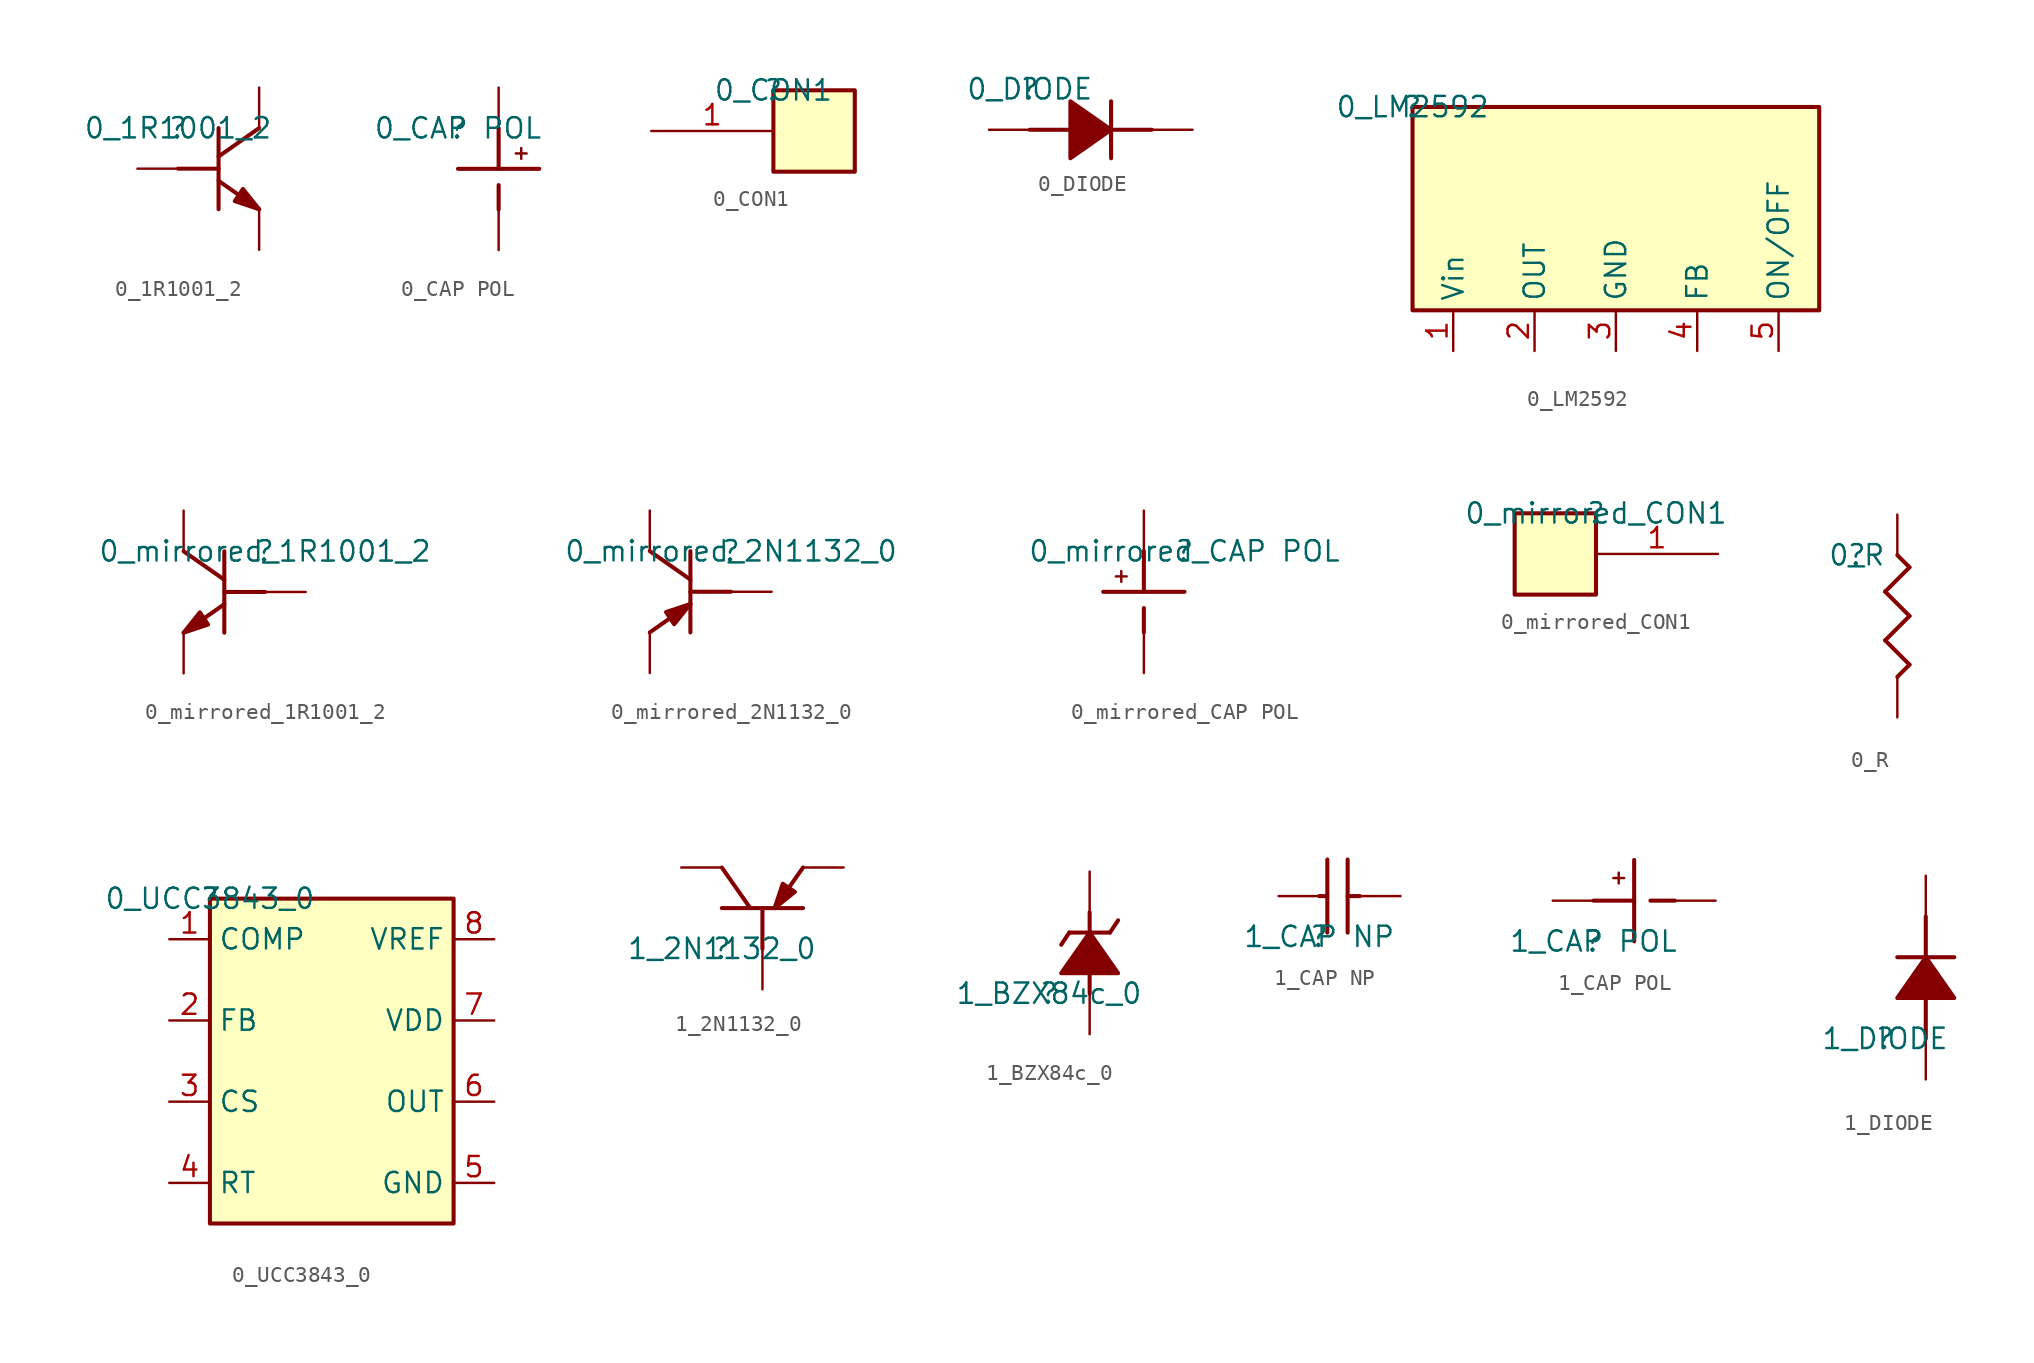
<source format=kicad_sym>
(kicad_symbol_lib
  (version 20211014)
  (generator kicad_symbol_editor)
  (symbol "0_1R1001_2"
    (property "Reference" ""
      (at 0 0 0)
      (effects (font (size 1.27 1.27))))
    (property "Value" "0_1R1001_2"
      (at 0 0 0)
      (effects (font (size 1.27 1.27))))
    (symbol "0_1R1001_2_1_0"
      (polyline (pts (xy 2.54 -3.302) (xy 5.08 -5.08)) (stroke (width 0.254) (type default) (color 0 0 0 0)) (fill (type none)))
      (polyline (pts (xy 2.54 -2.54) (xy 0 -2.54)) (stroke (width 0.254) (type default) (color 0 0 0 0)) (fill (type none)))
      (polyline (pts (xy 2.54 0) (xy 2.54 -5.08)) (stroke (width 0.254) (type default) (color 0 0 0 0)) (fill (type none)))
      (polyline (pts (xy 5.08 0) (xy 2.54 -1.778)) (stroke (width 0.254) (type default) (color 0 0 0 0)) (fill (type none)))
      (polyline (pts (xy 5.08 -5.08) (xy 4.064 -3.81) (xy 3.556 -4.572) (xy 5.08 -5.08) (xy 5.08 -5.08)) (stroke (width 0.254) (type default) (color 0 0 0 0)) (fill (type outline)))
      (pin passive line (at -2.54 -2.54 0) (length 2.54) (name "B" (effects (font (size 0 0)))) (number "1" (effects (font (size 0 0)))))
      (pin passive line (at 5.08 -7.62 90) (length 2.54) (name "E" (effects (font (size 0 0)))) (number "2" (effects (font (size 0 0)))))
      (pin passive line (at 5.08 2.54 270) (length 2.54) (name "C" (effects (font (size 0 0)))) (number "3" (effects (font (size 0 0)))))))
  (symbol "0_CAP POL"
    (property "Reference" ""
      (at 0 0 0)
      (effects (font (size 1.27 1.27))))
    (property "Value" "0_CAP POL"
      (at 0 0 0)
      (effects (font (size 1.27 1.27))))
    (symbol "0_CAP POL_1_0"
      (polyline (pts (xy 0 -2.54) (xy 5.08 -2.54)) (stroke (width 0.254) (type default) (color 0 0 0 0)) (fill (type none)))
      (polyline (pts (xy 2.54 -3.556) (xy 2.54 -5.08)) (stroke (width 0.254) (type default) (color 0 0 0 0)) (fill (type none)))
      (polyline (pts (xy 2.54 0) (xy 2.54 -2.54)) (stroke (width 0.254) (type default) (color 0 0 0 0)) (fill (type none)))
      (text "+" (at 3.302 -2.032 0) (effects (font (size 0.889 0.889)) (justify left bottom)))
      (pin passive line (at 2.54 2.54 270) (length 2.54) (name "1" (effects (font (size 0 0)))) (number "1" (effects (font (size 0 0)))))
      (pin passive line (at 2.54 -7.62 90) (length 2.54) (name "2" (effects (font (size 0 0)))) (number "2" (effects (font (size 0 0)))))))
  (symbol "0_CON1"
    (property "Reference" ""
      (at 0 0 0)
      (effects (font (size 1.27 1.27))))
    (property "Value" "0_CON1"
      (at 0 0 0)
      (effects (font (size 1.27 1.27))))
    (symbol "0_CON1_1_0"
      (rectangle (start 5.08 0) (end 0 -5.08) (stroke (width 0.254) (type default) (color 0 0 0 0)) (fill (type background)))
      (pin passive line (at -7.62 -2.54 0) (length 7.62) (name "1" (effects (font (size 0 0)))) (number "1" (effects (font (size 1.27 1.27)))))))
  (symbol "0_DIODE"
    (property "Reference" ""
      (at 0 0 0)
      (effects (font (size 1.27 1.27))))
    (property "Value" "0_DIODE"
      (at 0 0 0)
      (effects (font (size 1.27 1.27))))
    (symbol "0_DIODE_1_0"
      (polyline (pts (xy 0 -2.54) (xy 2.54 -2.54)) (stroke (width 0.254) (type default) (color 0 0 0 0)) (fill (type none)))
      (polyline (pts (xy 5.08 -2.54) (xy 7.62 -2.54)) (stroke (width 0.254) (type default) (color 0 0 0 0)) (fill (type none)))
      (polyline (pts (xy 5.08 -0.762) (xy 5.08 -4.318)) (stroke (width 0.254) (type default) (color 0 0 0 0)) (fill (type none)))
      (polyline (pts (xy 5.08 -2.54) (xy 5.08 -2.54) (xy 2.54 -4.318) (xy 2.54 -0.762) (xy 5.08 -2.54) (xy 5.08 -2.54)) (stroke (width 0.254) (type default) (color 0 0 0 0)) (fill (type outline)))
      (pin passive line (at -2.54 -2.54 0) (length 2.54) (name "A" (effects (font (size 0 0)))) (number "1" (effects (font (size 0 0)))))
      (pin passive line (at 10.16 -2.54 180) (length 2.54) (name "K" (effects (font (size 0 0)))) (number "2" (effects (font (size 0 0)))))))
  (symbol "0_LM2592"
    (property "Reference" ""
      (at 0 0 0)
      (effects (font (size 1.27 1.27))))
    (property "Value" "0_LM2592"
      (at 0 0 0)
      (effects (font (size 1.27 1.27))))
    (symbol "0_LM2592_1_0"
      (rectangle (start 25.4 0) (end 0 -12.7) (stroke (width 0.254) (type default) (color 0 0 0 0)) (fill (type background)))
      (pin passive line (at 2.54 -15.24 90) (length 2.54) (name "Vin" (effects (font (size 1.27 1.27)))) (number "1" (effects (font (size 1.27 1.27)))))
      (pin passive line (at 7.62 -15.24 90) (length 2.54) (name "OUT" (effects (font (size 1.27 1.27)))) (number "2" (effects (font (size 1.27 1.27)))))
      (pin passive line (at 12.7 -15.24 90) (length 2.54) (name "GND" (effects (font (size 1.27 1.27)))) (number "3" (effects (font (size 1.27 1.27)))))
      (pin passive line (at 17.78 -15.24 90) (length 2.54) (name "FB" (effects (font (size 1.27 1.27)))) (number "4" (effects (font (size 1.27 1.27)))))
      (pin passive line (at 22.86 -15.24 90) (length 2.54) (name "ON/OFF" (effects (font (size 1.27 1.27)))) (number "5" (effects (font (size 1.27 1.27)))))))
  (symbol "0_mirrored_1R1001_2"
    (property "Reference" ""
      (at 0 0 0)
      (effects (font (size 1.27 1.27))))
    (property "Value" "0_mirrored_1R1001_2"
      (at 0 0 0)
      (effects (font (size 1.27 1.27))))
    (symbol "0_mirrored_1R1001_2_1_0"
      (polyline (pts (xy -5.08 0) (xy -2.54 -1.778)) (stroke (width 0.254) (type default) (color 0 0 0 0)) (fill (type none)))
      (polyline (pts (xy -2.54 -3.302) (xy -5.08 -5.08)) (stroke (width 0.254) (type default) (color 0 0 0 0)) (fill (type none)))
      (polyline (pts (xy -2.54 -2.54) (xy 0 -2.54)) (stroke (width 0.254) (type default) (color 0 0 0 0)) (fill (type none)))
      (polyline (pts (xy -2.54 0) (xy -2.54 -5.08)) (stroke (width 0.254) (type default) (color 0 0 0 0)) (fill (type none)))
      (polyline (pts (xy -5.08 -5.08) (xy -4.064 -3.81) (xy -3.556 -4.572) (xy -5.08 -5.08) (xy -5.08 -5.08)) (stroke (width 0.254) (type default) (color 0 0 0 0)) (fill (type outline)))
      (pin passive line (at 2.54 -2.54 180) (length 2.54) (name "B" (effects (font (size 0 0)))) (number "1" (effects (font (size 0 0)))))
      (pin passive line (at -5.08 -7.62 90) (length 2.54) (name "E" (effects (font (size 0 0)))) (number "2" (effects (font (size 0 0)))))
      (pin passive line (at -5.08 2.54 270) (length 2.54) (name "C" (effects (font (size 0 0)))) (number "3" (effects (font (size 0 0)))))))
  (symbol "0_mirrored_2N1132_0"
    (property "Reference" ""
      (at 0 0 0)
      (effects (font (size 1.27 1.27))))
    (property "Value" "0_mirrored_2N1132_0"
      (at 0 0 0)
      (effects (font (size 1.27 1.27))))
    (symbol "0_mirrored_2N1132_0_1_0"
      (polyline (pts (xy -5.08 0) (xy -2.54 -1.778)) (stroke (width 0.254) (type default) (color 0 0 0 0)) (fill (type none)))
      (polyline (pts (xy -2.54 -3.302) (xy -5.08 -5.08)) (stroke (width 0.254) (type default) (color 0 0 0 0)) (fill (type none)))
      (polyline (pts (xy -2.54 -2.54) (xy 0 -2.54)) (stroke (width 0.254) (type default) (color 0 0 0 0)) (fill (type none)))
      (polyline (pts (xy -2.54 0) (xy -2.54 -5.08)) (stroke (width 0.254) (type default) (color 0 0 0 0)) (fill (type none)))
      (polyline (pts (xy -2.54 -3.302) (xy -3.556 -4.572) (xy -4.064 -3.81) (xy -2.54 -3.302) (xy -2.54 -3.302)) (stroke (width 0.254) (type default) (color 0 0 0 0)) (fill (type outline)))
      (pin input line (at 2.54 -2.54 180) (length 2.54) (name "BASE" (effects (font (size 0 0)))) (number "1" (effects (font (size 0 0)))))
      (pin passive line (at -5.08 -7.62 90) (length 2.54) (name "EMITTER" (effects (font (size 0 0)))) (number "2" (effects (font (size 0 0)))))
      (pin passive line (at -5.08 2.54 270) (length 2.54) (name "COLLECTOR" (effects (font (size 0 0)))) (number "3" (effects (font (size 0 0)))))))
  (symbol "0_mirrored_CAP POL"
    (property "Reference" ""
      (at 0 0 0)
      (effects (font (size 1.27 1.27))))
    (property "Value" "0_mirrored_CAP POL"
      (at 0 0 0)
      (effects (font (size 1.27 1.27))))
    (symbol "0_mirrored_CAP POL_1_0"
      (polyline (pts (xy -2.54 -3.556) (xy -2.54 -5.08)) (stroke (width 0.254) (type default) (color 0 0 0 0)) (fill (type none)))
      (polyline (pts (xy -2.54 0) (xy -2.54 -2.54)) (stroke (width 0.254) (type default) (color 0 0 0 0)) (fill (type none)))
      (polyline (pts (xy 0 -2.54) (xy -5.08 -2.54)) (stroke (width 0.254) (type default) (color 0 0 0 0)) (fill (type none)))
      (text "+" (at -3.302 -2.032 0) (effects (font (size 0.889 0.889)) (justify right bottom)))
      (pin passive line (at -2.54 2.54 270) (length 2.54) (name "1" (effects (font (size 0 0)))) (number "1" (effects (font (size 0 0)))))
      (pin passive line (at -2.54 -7.62 90) (length 2.54) (name "2" (effects (font (size 0 0)))) (number "2" (effects (font (size 0 0)))))))
  (symbol "0_mirrored_CON1"
    (property "Reference" ""
      (at 0 0 0)
      (effects (font (size 1.27 1.27))))
    (property "Value" "0_mirrored_CON1"
      (at 0 0 0)
      (effects (font (size 1.27 1.27))))
    (symbol "0_mirrored_CON1_1_0"
      (rectangle (start 0 0) (end -5.08 -5.08) (stroke (width 0.254) (type default) (color 0 0 0 0)) (fill (type background)))
      (pin passive line (at 7.62 -2.54 180) (length 7.62) (name "1" (effects (font (size 0 0)))) (number "1" (effects (font (size 1.27 1.27)))))))
  (symbol "0_R"
    (property "Reference" ""
      (at 0 0 0)
      (effects (font (size 1.27 1.27))))
    (property "Value" "0_R"
      (at 0 0 0)
      (effects (font (size 1.27 1.27))))
    (symbol "0_R_1_0"
      (polyline (pts (xy 1.778 -5.334) (xy 3.302 -6.858)) (stroke (width 0.254) (type default) (color 0 0 0 0)) (fill (type none)))
      (polyline (pts (xy 1.778 -2.286) (xy 3.302 -3.81)) (stroke (width 0.254) (type default) (color 0 0 0 0)) (fill (type none)))
      (polyline (pts (xy 2.54 0) (xy 3.302 -0.762)) (stroke (width 0.254) (type default) (color 0 0 0 0)) (fill (type none)))
      (polyline (pts (xy 3.302 -6.858) (xy 2.54 -7.62)) (stroke (width 0.254) (type default) (color 0 0 0 0)) (fill (type none)))
      (polyline (pts (xy 3.302 -3.81) (xy 1.778 -5.334)) (stroke (width 0.254) (type default) (color 0 0 0 0)) (fill (type none)))
      (polyline (pts (xy 3.302 -0.762) (xy 1.778 -2.286)) (stroke (width 0.254) (type default) (color 0 0 0 0)) (fill (type none)))
      (pin passive line (at 2.54 2.54 270) (length 2.54) (name "1" (effects (font (size 0 0)))) (number "1" (effects (font (size 0 0)))))
      (pin passive line (at 2.54 -10.16 90) (length 2.54) (name "2" (effects (font (size 0 0)))) (number "2" (effects (font (size 0 0)))))))
  (symbol "0_UCC3843_0"
    (property "Reference" ""
      (at 0 0 0)
      (effects (font (size 1.27 1.27))))
    (property "Value" "0_UCC3843_0"
      (at 0 0 0)
      (effects (font (size 1.27 1.27))))
    (symbol "0_UCC3843_0_1_0"
      (rectangle (start 15.24 0) (end 0 -20.32) (stroke (width 0.254) (type default) (color 0 0 0 0)) (fill (type background)))
      (pin passive line (at -2.54 -2.54 0) (length 2.54) (name "COMP" (effects (font (size 1.27 1.27)))) (number "1" (effects (font (size 1.27 1.27)))))
      (pin passive line (at -2.54 -7.62 0) (length 2.54) (name "FB" (effects (font (size 1.27 1.27)))) (number "2" (effects (font (size 1.27 1.27)))))
      (pin passive line (at -2.54 -12.7 0) (length 2.54) (name "CS" (effects (font (size 1.27 1.27)))) (number "3" (effects (font (size 1.27 1.27)))))
      (pin passive line (at -2.54 -17.78 0) (length 2.54) (name "RT" (effects (font (size 1.27 1.27)))) (number "4" (effects (font (size 1.27 1.27)))))
      (pin passive line (at 17.78 -17.78 180) (length 2.54) (name "GND" (effects (font (size 1.27 1.27)))) (number "5" (effects (font (size 1.27 1.27)))))
      (pin passive line (at 17.78 -12.7 180) (length 2.54) (name "OUT" (effects (font (size 1.27 1.27)))) (number "6" (effects (font (size 1.27 1.27)))))
      (pin passive line (at 17.78 -7.62 180) (length 2.54) (name "VDD" (effects (font (size 1.27 1.27)))) (number "7" (effects (font (size 1.27 1.27)))))
      (pin passive line (at 17.78 -2.54 180) (length 2.54) (name "VREF" (effects (font (size 1.27 1.27)))) (number "8" (effects (font (size 1.27 1.27)))))))
  (symbol "1_2N1132_0"
    (property "Reference" ""
      (at 0 0 0)
      (effects (font (size 1.27 1.27))))
    (property "Value" "1_2N1132_0"
      (at 0 0 0)
      (effects (font (size 1.27 1.27))))
    (symbol "1_2N1132_0_1_0"
      (polyline (pts (xy 0 2.54) (xy 5.08 2.54)) (stroke (width 0.254) (type default) (color 0 0 0 0)) (fill (type none)))
      (polyline (pts (xy 0 5.08) (xy 1.778 2.54)) (stroke (width 0.254) (type default) (color 0 0 0 0)) (fill (type none)))
      (polyline (pts (xy 2.54 2.54) (xy 2.54 0)) (stroke (width 0.254) (type default) (color 0 0 0 0)) (fill (type none)))
      (polyline (pts (xy 3.302 2.54) (xy 5.08 5.08)) (stroke (width 0.254) (type default) (color 0 0 0 0)) (fill (type none)))
      (polyline (pts (xy 3.302 2.54) (xy 4.572 3.556) (xy 3.81 4.064) (xy 3.302 2.54) (xy 3.302 2.54)) (stroke (width 0.254) (type default) (color 0 0 0 0)) (fill (type outline)))
      (pin input line (at 2.54 -2.54 90) (length 2.54) (name "BASE" (effects (font (size 0 0)))) (number "1" (effects (font (size 0 0)))))
      (pin passive line (at 7.62 5.08 180) (length 2.54) (name "EMITTER" (effects (font (size 0 0)))) (number "2" (effects (font (size 0 0)))))
      (pin passive line (at -2.54 5.08 0) (length 2.54) (name "COLLECTOR" (effects (font (size 0 0)))) (number "3" (effects (font (size 0 0)))))))
  (symbol "1_BZX84c_0"
    (property "Reference" ""
      (at 0 0 0)
      (effects (font (size 1.27 1.27))))
    (property "Value" "1_BZX84c_0"
      (at 0 0 0)
      (effects (font (size 1.27 1.27))))
    (symbol "1_BZX84c_0_1_0"
      (polyline (pts (xy 0.762 3.048) (xy 1.27 3.81)) (stroke (width 0.254) (type default) (color 0 0 0 0)) (fill (type none)))
      (polyline (pts (xy 1.27 3.81) (xy 3.81 3.81)) (stroke (width 0.254) (type default) (color 0 0 0 0)) (fill (type none)))
      (polyline (pts (xy 2.54 0) (xy 2.54 2.54)) (stroke (width 0.254) (type default) (color 0 0 0 0)) (fill (type none)))
      (polyline (pts (xy 2.54 1.27) (xy 2.54 5.08)) (stroke (width 0.254) (type default) (color 0 0 0 0)) (fill (type none)))
      (polyline (pts (xy 3.81 3.81) (xy 4.318 4.572)) (stroke (width 0.254) (type default) (color 0 0 0 0)) (fill (type none)))
      (polyline (pts (xy 2.54 3.81) (xy 2.54 3.81) (xy 4.318 1.27) (xy 0.762 1.27) (xy 2.54 3.81) (xy 2.54 3.81)) (stroke (width 0.254) (type default) (color 0 0 0 0)) (fill (type outline)))
      (pin passive line (at 2.54 -2.54 90) (length 2.54) (name "A" (effects (font (size 0 0)))) (number "1" (effects (font (size 0 0)))))
      (pin passive line (at 2.54 7.62 270) (length 2.54) (name "C" (effects (font (size 0 0)))) (number "3" (effects (font (size 0 0)))))))
  (symbol "1_CAP NP"
    (property "Reference" ""
      (at 0 0 0)
      (effects (font (size 1.27 1.27))))
    (property "Value" "1_CAP NP"
      (at 0 0 0)
      (effects (font (size 1.27 1.27))))
    (symbol "1_CAP NP_1_0"
      (polyline (pts (xy 0 2.54) (xy 0.508 2.54)) (stroke (width 0.254) (type default) (color 0 0 0 0)) (fill (type none)))
      (polyline (pts (xy 0.508 0.254) (xy 0.508 4.826)) (stroke (width 0.254) (type default) (color 0 0 0 0)) (fill (type none)))
      (polyline (pts (xy 1.778 0.254) (xy 1.778 4.826)) (stroke (width 0.254) (type default) (color 0 0 0 0)) (fill (type none)))
      (polyline (pts (xy 2.54 2.54) (xy 1.778 2.54)) (stroke (width 0.254) (type default) (color 0 0 0 0)) (fill (type none)))
      (pin passive line (at -2.54 2.54 0) (length 2.54) (name "1" (effects (font (size 0 0)))) (number "1" (effects (font (size 0 0)))))
      (pin passive line (at 5.08 2.54 180) (length 2.54) (name "2" (effects (font (size 0 0)))) (number "2" (effects (font (size 0 0)))))))
  (symbol "1_CAP POL"
    (property "Reference" ""
      (at 0 0 0)
      (effects (font (size 1.27 1.27))))
    (property "Value" "1_CAP POL"
      (at 0 0 0)
      (effects (font (size 1.27 1.27))))
    (symbol "1_CAP POL_1_0"
      (polyline (pts (xy 0 2.54) (xy 2.54 2.54)) (stroke (width 0.254) (type default) (color 0 0 0 0)) (fill (type none)))
      (polyline (pts (xy 2.54 0) (xy 2.54 5.08)) (stroke (width 0.254) (type default) (color 0 0 0 0)) (fill (type none)))
      (polyline (pts (xy 3.556 2.54) (xy 5.08 2.54)) (stroke (width 0.254) (type default) (color 0 0 0 0)) (fill (type none)))
      (text "+" (at 2.032 3.302 900) (effects (font (size 0.889 0.889)) (justify left bottom)))
      (pin passive line (at -2.54 2.54 0) (length 2.54) (name "1" (effects (font (size 0 0)))) (number "1" (effects (font (size 0 0)))))
      (pin passive line (at 7.62 2.54 180) (length 2.54) (name "2" (effects (font (size 0 0)))) (number "2" (effects (font (size 0 0)))))))
  (symbol "1_DIODE"
    (property "Reference" ""
      (at 0 0 0)
      (effects (font (size 1.27 1.27))))
    (property "Value" "1_DIODE"
      (at 0 0 0)
      (effects (font (size 1.27 1.27))))
    (symbol "1_DIODE_1_0"
      (polyline (pts (xy 0.762 5.08) (xy 4.318 5.08)) (stroke (width 0.254) (type default) (color 0 0 0 0)) (fill (type none)))
      (polyline (pts (xy 2.54 0) (xy 2.54 2.54)) (stroke (width 0.254) (type default) (color 0 0 0 0)) (fill (type none)))
      (polyline (pts (xy 2.54 5.08) (xy 2.54 7.62)) (stroke (width 0.254) (type default) (color 0 0 0 0)) (fill (type none)))
      (polyline (pts (xy 2.54 5.08) (xy 2.54 5.08) (xy 4.318 2.54) (xy 0.762 2.54) (xy 2.54 5.08) (xy 2.54 5.08)) (stroke (width 0.254) (type default) (color 0 0 0 0)) (fill (type outline)))
      (pin passive line (at 2.54 -2.54 90) (length 2.54) (name "A" (effects (font (size 0 0)))) (number "1" (effects (font (size 0 0)))))
      (pin passive line (at 2.54 10.16 270) (length 2.54) (name "K" (effects (font (size 0 0)))) (number "2" (effects (font (size 0 0))))))))
</source>
